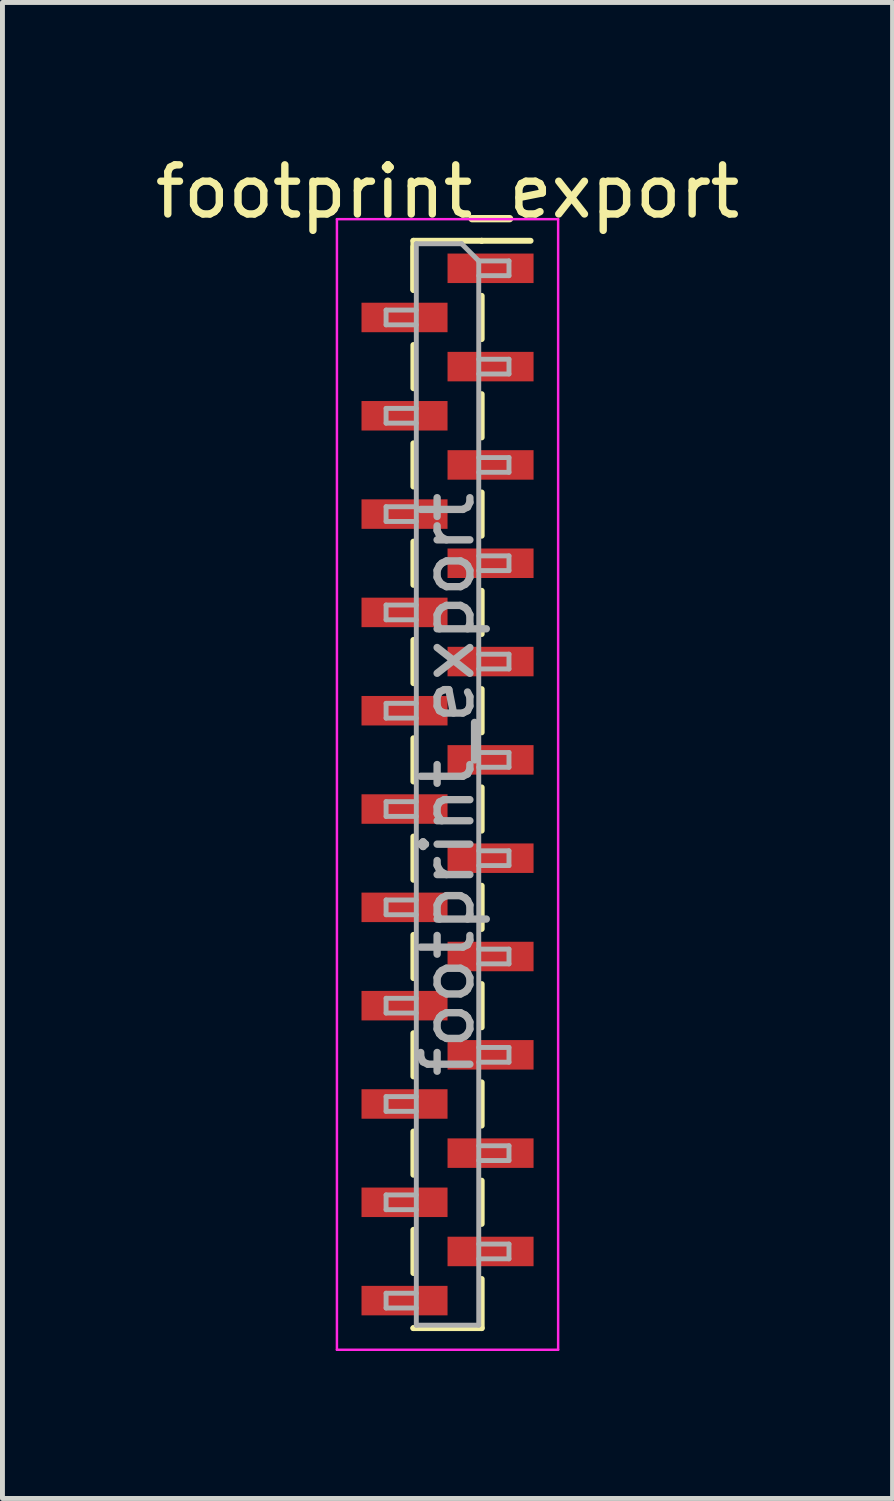
<source format=kicad_pcb>
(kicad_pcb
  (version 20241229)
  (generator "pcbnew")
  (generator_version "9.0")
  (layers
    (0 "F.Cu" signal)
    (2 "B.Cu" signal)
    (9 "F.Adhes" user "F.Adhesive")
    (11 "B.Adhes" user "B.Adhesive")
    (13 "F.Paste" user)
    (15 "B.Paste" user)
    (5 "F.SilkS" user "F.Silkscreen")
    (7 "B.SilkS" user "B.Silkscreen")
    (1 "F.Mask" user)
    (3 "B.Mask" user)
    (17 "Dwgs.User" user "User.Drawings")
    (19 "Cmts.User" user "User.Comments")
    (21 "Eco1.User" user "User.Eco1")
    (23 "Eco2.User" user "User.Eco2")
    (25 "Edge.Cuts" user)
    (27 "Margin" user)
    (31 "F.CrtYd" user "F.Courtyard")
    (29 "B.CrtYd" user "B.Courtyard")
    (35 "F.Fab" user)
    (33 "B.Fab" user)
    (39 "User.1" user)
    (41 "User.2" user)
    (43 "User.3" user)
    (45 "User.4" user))
  (footprint "footprint_export"
    (layer "F.Cu")
    (at 6.054 12.908)
    (property "Reference" "footprint_export" (at 0 -12.06 0) (layer "F.SilkS") (effects (font (size 1 1) (thickness 0.15))))
    (attr smd)
    (fp_line (start -0.695 -11.06) (end -0.695 -10.06) (stroke (width 0.12) (type solid)) (layer "F.SilkS"))
    (fp_line (start -0.695 -11.06) (end 0.695 -11.06) (stroke (width 0.12) (type solid)) (layer "F.SilkS"))
    (fp_line (start -0.695 -10.94) (end -0.695 -10.06) (stroke (width 0.12) (type solid)) (layer "F.SilkS"))
    (fp_line (start -0.695 -8.94) (end -0.695 -8.06) (stroke (width 0.12) (type solid)) (layer "F.SilkS"))
    (fp_line (start -0.695 -6.94) (end -0.695 -6.06) (stroke (width 0.12) (type solid)) (layer "F.SilkS"))
    (fp_line (start -0.695 -4.94) (end -0.695 -4.06) (stroke (width 0.12) (type solid)) (layer "F.SilkS"))
    (fp_line (start -0.695 -2.94) (end -0.695 -2.06) (stroke (width 0.12) (type solid)) (layer "F.SilkS"))
    (fp_line (start -0.695 -0.94) (end -0.695 -0.06) (stroke (width 0.12) (type solid)) (layer "F.SilkS"))
    (fp_line (start -0.695 1.06) (end -0.695 1.94) (stroke (width 0.12) (type solid)) (layer "F.SilkS"))
    (fp_line (start -0.695 3.06) (end -0.695 3.94) (stroke (width 0.12) (type solid)) (layer "F.SilkS"))
    (fp_line (start -0.695 5.06) (end -0.695 5.94) (stroke (width 0.12) (type solid)) (layer "F.SilkS"))
    (fp_line (start -0.695 7.06) (end -0.695 7.94) (stroke (width 0.12) (type solid)) (layer "F.SilkS"))
    (fp_line (start -0.695 9.06) (end -0.695 9.94) (stroke (width 0.12) (type solid)) (layer "F.SilkS"))
    (fp_line (start -0.695 11.06) (end -0.695 11.06) (stroke (width 0.12) (type solid)) (layer "F.SilkS"))
    (fp_line (start -0.695 11.06) (end 0.695 11.06) (stroke (width 0.12) (type solid)) (layer "F.SilkS"))
    (fp_line (start 0.695 -11.06) (end 0.695 -11.06) (stroke (width 0.12) (type solid)) (layer "F.SilkS"))
    (fp_line (start 0.695 -11.06) (end 1.69 -11.06) (stroke (width 0.12) (type solid)) (layer "F.SilkS"))
    (fp_line (start 0.695 -9.94) (end 0.695 -9.06) (stroke (width 0.12) (type solid)) (layer "F.SilkS"))
    (fp_line (start 0.695 -7.94) (end 0.695 -7.06) (stroke (width 0.12) (type solid)) (layer "F.SilkS"))
    (fp_line (start 0.695 -5.94) (end 0.695 -5.06) (stroke (width 0.12) (type solid)) (layer "F.SilkS"))
    (fp_line (start 0.695 -3.94) (end 0.695 -3.06) (stroke (width 0.12) (type solid)) (layer "F.SilkS"))
    (fp_line (start 0.695 -1.94) (end 0.695 -1.06) (stroke (width 0.12) (type solid)) (layer "F.SilkS"))
    (fp_line (start 0.695 0.06) (end 0.695 0.94) (stroke (width 0.12) (type solid)) (layer "F.SilkS"))
    (fp_line (start 0.695 2.06) (end 0.695 2.94) (stroke (width 0.12) (type solid)) (layer "F.SilkS"))
    (fp_line (start 0.695 4.06) (end 0.695 4.94) (stroke (width 0.12) (type solid)) (layer "F.SilkS"))
    (fp_line (start 0.695 6.06) (end 0.695 6.94) (stroke (width 0.12) (type solid)) (layer "F.SilkS"))
    (fp_line (start 0.695 8.06) (end 0.695 8.94) (stroke (width 0.12) (type solid)) (layer "F.SilkS"))
    (fp_line (start 0.695 10.06) (end 0.695 11.06) (stroke (width 0.12) (type solid)) (layer "F.SilkS"))
    (fp_line (start -2.25 -11.5) (end -2.25 11.5) (stroke (width 0.05) (type solid)) (layer "F.CrtYd"))
    (fp_line (start -2.25 11.5) (end 2.25 11.5) (stroke (width 0.05) (type solid)) (layer "F.CrtYd"))
    (fp_line (start 2.25 -11.5) (end -2.25 -11.5) (stroke (width 0.05) (type solid)) (layer "F.CrtYd"))
    (fp_line (start 2.25 11.5) (end 2.25 -11.5) (stroke (width 0.05) (type solid)) (layer "F.CrtYd"))
    (fp_line (start -1.25 -9.65) (end -1.25 -9.35) (stroke (width 0.1) (type solid)) (layer "F.Fab"))
    (fp_line (start -1.25 -9.35) (end -0.635 -9.35) (stroke (width 0.1) (type solid)) (layer "F.Fab"))
    (fp_line (start -1.25 -7.65) (end -1.25 -7.35) (stroke (width 0.1) (type solid)) (layer "F.Fab"))
    (fp_line (start -1.25 -7.35) (end -0.635 -7.35) (stroke (width 0.1) (type solid)) (layer "F.Fab"))
    (fp_line (start -1.25 -5.65) (end -1.25 -5.35) (stroke (width 0.1) (type solid)) (layer "F.Fab"))
    (fp_line (start -1.25 -5.35) (end -0.635 -5.35) (stroke (width 0.1) (type solid)) (layer "F.Fab"))
    (fp_line (start -1.25 -3.65) (end -1.25 -3.35) (stroke (width 0.1) (type solid)) (layer "F.Fab"))
    (fp_line (start -1.25 -3.35) (end -0.635 -3.35) (stroke (width 0.1) (type solid)) (layer "F.Fab"))
    (fp_line (start -1.25 -1.65) (end -1.25 -1.35) (stroke (width 0.1) (type solid)) (layer "F.Fab"))
    (fp_line (start -1.25 -1.35) (end -0.635 -1.35) (stroke (width 0.1) (type solid)) (layer "F.Fab"))
    (fp_line (start -1.25 0.35) (end -1.25 0.65) (stroke (width 0.1) (type solid)) (layer "F.Fab"))
    (fp_line (start -1.25 0.65) (end -0.635 0.65) (stroke (width 0.1) (type solid)) (layer "F.Fab"))
    (fp_line (start -1.25 2.35) (end -1.25 2.65) (stroke (width 0.1) (type solid)) (layer "F.Fab"))
    (fp_line (start -1.25 2.65) (end -0.635 2.65) (stroke (width 0.1) (type solid)) (layer "F.Fab"))
    (fp_line (start -1.25 4.35) (end -1.25 4.65) (stroke (width 0.1) (type solid)) (layer "F.Fab"))
    (fp_line (start -1.25 4.65) (end -0.635 4.65) (stroke (width 0.1) (type solid)) (layer "F.Fab"))
    (fp_line (start -1.25 6.35) (end -1.25 6.65) (stroke (width 0.1) (type solid)) (layer "F.Fab"))
    (fp_line (start -1.25 6.65) (end -0.635 6.65) (stroke (width 0.1) (type solid)) (layer "F.Fab"))
    (fp_line (start -1.25 8.35) (end -1.25 8.65) (stroke (width 0.1) (type solid)) (layer "F.Fab"))
    (fp_line (start -1.25 8.65) (end -0.635 8.65) (stroke (width 0.1) (type solid)) (layer "F.Fab"))
    (fp_line (start -1.25 10.35) (end -1.25 10.65) (stroke (width 0.1) (type solid)) (layer "F.Fab"))
    (fp_line (start -1.25 10.65) (end -0.635 10.65) (stroke (width 0.1) (type solid)) (layer "F.Fab"))
    (fp_line (start -0.635 -11) (end -0.635 11) (stroke (width 0.1) (type solid)) (layer "F.Fab"))
    (fp_line (start -0.635 -11) (end 0.285 -11) (stroke (width 0.1) (type solid)) (layer "F.Fab"))
    (fp_line (start -0.635 -9.65) (end -1.25 -9.65) (stroke (width 0.1) (type solid)) (layer "F.Fab"))
    (fp_line (start -0.635 -7.65) (end -1.25 -7.65) (stroke (width 0.1) (type solid)) (layer "F.Fab"))
    (fp_line (start -0.635 -5.65) (end -1.25 -5.65) (stroke (width 0.1) (type solid)) (layer "F.Fab"))
    (fp_line (start -0.635 -3.65) (end -1.25 -3.65) (stroke (width 0.1) (type solid)) (layer "F.Fab"))
    (fp_line (start -0.635 -1.65) (end -1.25 -1.65) (stroke (width 0.1) (type solid)) (layer "F.Fab"))
    (fp_line (start -0.635 0.35) (end -1.25 0.35) (stroke (width 0.1) (type solid)) (layer "F.Fab"))
    (fp_line (start -0.635 2.35) (end -1.25 2.35) (stroke (width 0.1) (type solid)) (layer "F.Fab"))
    (fp_line (start -0.635 4.35) (end -1.25 4.35) (stroke (width 0.1) (type solid)) (layer "F.Fab"))
    (fp_line (start -0.635 6.35) (end -1.25 6.35) (stroke (width 0.1) (type solid)) (layer "F.Fab"))
    (fp_line (start -0.635 8.35) (end -1.25 8.35) (stroke (width 0.1) (type solid)) (layer "F.Fab"))
    (fp_line (start -0.635 10.35) (end -1.25 10.35) (stroke (width 0.1) (type solid)) (layer "F.Fab"))
    (fp_line (start 0.635 -10.65) (end 0.285 -11) (stroke (width 0.1) (type solid)) (layer "F.Fab"))
    (fp_line (start 0.635 -10.65) (end 1.25 -10.65) (stroke (width 0.1) (type solid)) (layer "F.Fab"))
    (fp_line (start 0.635 -8.65) (end 1.25 -8.65) (stroke (width 0.1) (type solid)) (layer "F.Fab"))
    (fp_line (start 0.635 -6.65) (end 1.25 -6.65) (stroke (width 0.1) (type solid)) (layer "F.Fab"))
    (fp_line (start 0.635 -4.65) (end 1.25 -4.65) (stroke (width 0.1) (type solid)) (layer "F.Fab"))
    (fp_line (start 0.635 -2.65) (end 1.25 -2.65) (stroke (width 0.1) (type solid)) (layer "F.Fab"))
    (fp_line (start 0.635 -0.65) (end 1.25 -0.65) (stroke (width 0.1) (type solid)) (layer "F.Fab"))
    (fp_line (start 0.635 1.35) (end 1.25 1.35) (stroke (width 0.1) (type solid)) (layer "F.Fab"))
    (fp_line (start 0.635 3.35) (end 1.25 3.35) (stroke (width 0.1) (type solid)) (layer "F.Fab"))
    (fp_line (start 0.635 5.35) (end 1.25 5.35) (stroke (width 0.1) (type solid)) (layer "F.Fab"))
    (fp_line (start 0.635 7.35) (end 1.25 7.35) (stroke (width 0.1) (type solid)) (layer "F.Fab"))
    (fp_line (start 0.635 9.35) (end 1.25 9.35) (stroke (width 0.1) (type solid)) (layer "F.Fab"))
    (fp_line (start 0.635 11) (end -0.635 11) (stroke (width 0.1) (type solid)) (layer "F.Fab"))
    (fp_line (start 0.635 11) (end 0.635 -10.65) (stroke (width 0.1) (type solid)) (layer "F.Fab"))
    (fp_line (start 1.25 -10.65) (end 1.25 -10.35) (stroke (width 0.1) (type solid)) (layer "F.Fab"))
    (fp_line (start 1.25 -10.35) (end 0.635 -10.35) (stroke (width 0.1) (type solid)) (layer "F.Fab"))
    (fp_line (start 1.25 -8.65) (end 1.25 -8.35) (stroke (width 0.1) (type solid)) (layer "F.Fab"))
    (fp_line (start 1.25 -8.35) (end 0.635 -8.35) (stroke (width 0.1) (type solid)) (layer "F.Fab"))
    (fp_line (start 1.25 -6.65) (end 1.25 -6.35) (stroke (width 0.1) (type solid)) (layer "F.Fab"))
    (fp_line (start 1.25 -6.35) (end 0.635 -6.35) (stroke (width 0.1) (type solid)) (layer "F.Fab"))
    (fp_line (start 1.25 -4.65) (end 1.25 -4.35) (stroke (width 0.1) (type solid)) (layer "F.Fab"))
    (fp_line (start 1.25 -4.35) (end 0.635 -4.35) (stroke (width 0.1) (type solid)) (layer "F.Fab"))
    (fp_line (start 1.25 -2.65) (end 1.25 -2.35) (stroke (width 0.1) (type solid)) (layer "F.Fab"))
    (fp_line (start 1.25 -2.35) (end 0.635 -2.35) (stroke (width 0.1) (type solid)) (layer "F.Fab"))
    (fp_line (start 1.25 -0.65) (end 1.25 -0.35) (stroke (width 0.1) (type solid)) (layer "F.Fab"))
    (fp_line (start 1.25 -0.35) (end 0.635 -0.35) (stroke (width 0.1) (type solid)) (layer "F.Fab"))
    (fp_line (start 1.25 1.35) (end 1.25 1.65) (stroke (width 0.1) (type solid)) (layer "F.Fab"))
    (fp_line (start 1.25 1.65) (end 0.635 1.65) (stroke (width 0.1) (type solid)) (layer "F.Fab"))
    (fp_line (start 1.25 3.35) (end 1.25 3.65) (stroke (width 0.1) (type solid)) (layer "F.Fab"))
    (fp_line (start 1.25 3.65) (end 0.635 3.65) (stroke (width 0.1) (type solid)) (layer "F.Fab"))
    (fp_line (start 1.25 5.35) (end 1.25 5.65) (stroke (width 0.1) (type solid)) (layer "F.Fab"))
    (fp_line (start 1.25 5.65) (end 0.635 5.65) (stroke (width 0.1) (type solid)) (layer "F.Fab"))
    (fp_line (start 1.25 7.35) (end 1.25 7.65) (stroke (width 0.1) (type solid)) (layer "F.Fab"))
    (fp_line (start 1.25 7.65) (end 0.635 7.65) (stroke (width 0.1) (type solid)) (layer "F.Fab"))
    (fp_line (start 1.25 9.35) (end 1.25 9.65) (stroke (width 0.1) (type solid)) (layer "F.Fab"))
    (fp_line (start 1.25 9.65) (end 0.635 9.65) (stroke (width 0.1) (type solid)) (layer "F.Fab"))
    (fp_text user "${REFERENCE}" (at 0 0 90) (layer "F.Fab") (effects (font (size 1 1) (thickness 0.15))))
    (pad "1" smd rect (at 0.875 -10.5) (size 1.75 0.6) (layers "F.Cu" "F.Mask" "F.Paste"))
    (pad "2" smd rect (at -0.875 -9.5) (size 1.75 0.6) (layers "F.Cu" "F.Mask" "F.Paste"))
    (pad "3" smd rect (at 0.875 -8.5) (size 1.75 0.6) (layers "F.Cu" "F.Mask" "F.Paste"))
    (pad "4" smd rect (at -0.875 -7.5) (size 1.75 0.6) (layers "F.Cu" "F.Mask" "F.Paste"))
    (pad "5" smd rect (at 0.875 -6.5) (size 1.75 0.6) (layers "F.Cu" "F.Mask" "F.Paste"))
    (pad "6" smd rect (at -0.875 -5.5) (size 1.75 0.6) (layers "F.Cu" "F.Mask" "F.Paste"))
    (pad "7" smd rect (at 0.875 -4.5) (size 1.75 0.6) (layers "F.Cu" "F.Mask" "F.Paste"))
    (pad "8" smd rect (at -0.875 -3.5) (size 1.75 0.6) (layers "F.Cu" "F.Mask" "F.Paste"))
    (pad "9" smd rect (at 0.875 -2.5) (size 1.75 0.6) (layers "F.Cu" "F.Mask" "F.Paste"))
    (pad "10" smd rect (at -0.875 -1.5) (size 1.75 0.6) (layers "F.Cu" "F.Mask" "F.Paste"))
    (pad "11" smd rect (at 0.875 -0.5) (size 1.75 0.6) (layers "F.Cu" "F.Mask" "F.Paste"))
    (pad "12" smd rect (at -0.875 0.5) (size 1.75 0.6) (layers "F.Cu" "F.Mask" "F.Paste"))
    (pad "13" smd rect (at 0.875 1.5) (size 1.75 0.6) (layers "F.Cu" "F.Mask" "F.Paste"))
    (pad "14" smd rect (at -0.875 2.5) (size 1.75 0.6) (layers "F.Cu" "F.Mask" "F.Paste"))
    (pad "15" smd rect (at 0.875 3.5) (size 1.75 0.6) (layers "F.Cu" "F.Mask" "F.Paste"))
    (pad "16" smd rect (at -0.875 4.5) (size 1.75 0.6) (layers "F.Cu" "F.Mask" "F.Paste"))
    (pad "17" smd rect (at 0.875 5.5) (size 1.75 0.6) (layers "F.Cu" "F.Mask" "F.Paste"))
    (pad "18" smd rect (at -0.875 6.5) (size 1.75 0.6) (layers "F.Cu" "F.Mask" "F.Paste"))
    (pad "19" smd rect (at 0.875 7.5) (size 1.75 0.6) (layers "F.Cu" "F.Mask" "F.Paste"))
    (pad "20" smd rect (at -0.875 8.5) (size 1.75 0.6) (layers "F.Cu" "F.Mask" "F.Paste"))
    (pad "21" smd rect (at 0.875 9.5) (size 1.75 0.6) (layers "F.Cu" "F.Mask" "F.Paste"))
    (pad "22" smd rect (at -0.875 10.5) (size 1.75 0.6) (layers "F.Cu" "F.Mask" "F.Paste")))
  (gr_rect
    (start -3 -3)
    (end 15.107 27.433)
    (stroke (width 0.1) (type default))
    (fill no)
    (layer "Edge.Cuts")))
</source>
